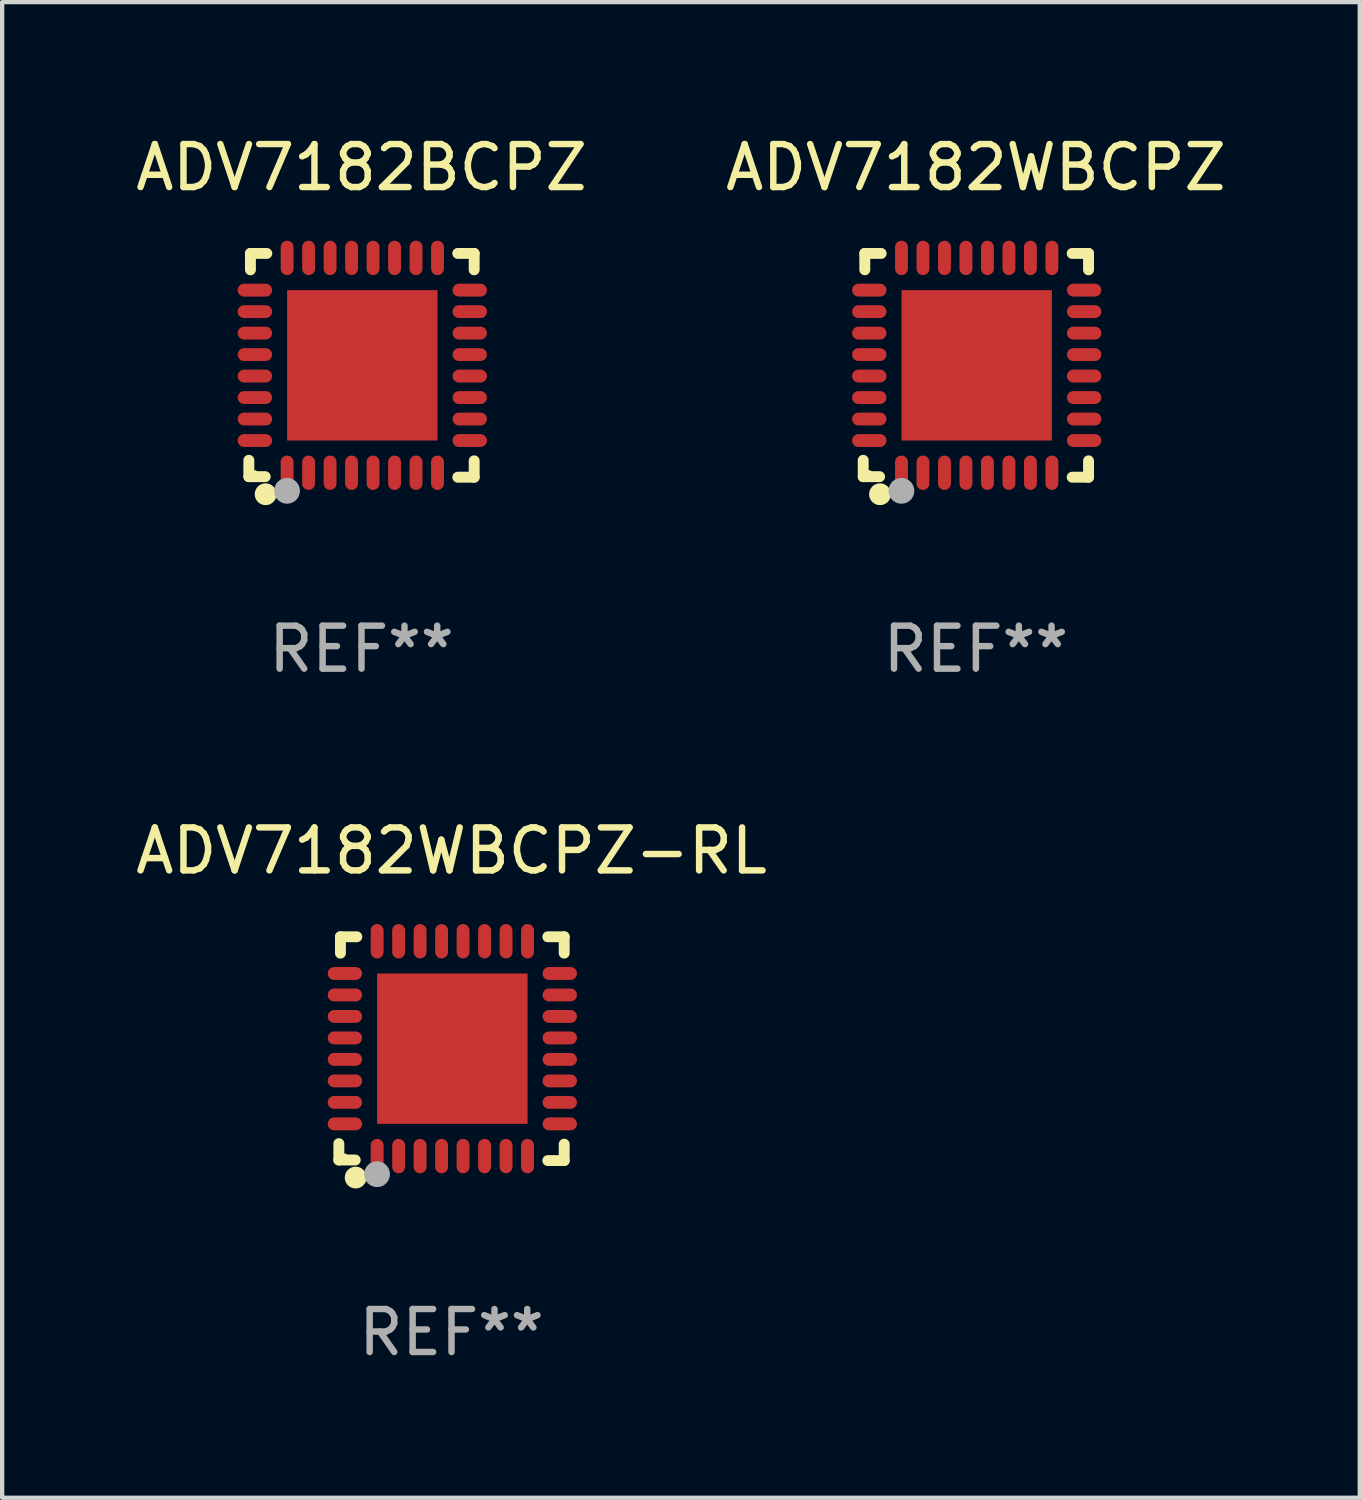
<source format=kicad_pcb>
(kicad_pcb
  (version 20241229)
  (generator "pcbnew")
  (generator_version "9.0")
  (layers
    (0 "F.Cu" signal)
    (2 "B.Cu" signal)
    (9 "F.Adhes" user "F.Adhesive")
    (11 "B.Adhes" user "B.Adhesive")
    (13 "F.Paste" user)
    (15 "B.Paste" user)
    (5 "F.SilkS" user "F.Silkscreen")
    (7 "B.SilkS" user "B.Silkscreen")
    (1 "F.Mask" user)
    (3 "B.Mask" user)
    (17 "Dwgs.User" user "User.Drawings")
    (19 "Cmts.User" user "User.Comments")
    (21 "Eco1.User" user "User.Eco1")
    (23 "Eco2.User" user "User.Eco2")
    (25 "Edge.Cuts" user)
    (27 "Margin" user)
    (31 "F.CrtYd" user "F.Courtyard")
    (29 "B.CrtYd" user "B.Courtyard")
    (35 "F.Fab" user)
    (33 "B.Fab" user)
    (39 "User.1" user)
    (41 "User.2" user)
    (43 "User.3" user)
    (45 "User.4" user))
  (footprint "ADV7182WBCPZ"
    (layer "F.Cu")
    (at 19.661 5.452)
    (property "Reference" "ADV7182WBCPZ" (at 0 -4.604 0) (layer "F.SilkS") (effects (font (size 1 1) (thickness 0.15))))
    (attr through_hole)
    (fp_line (start -2.622 2.21) (end -2.622 2.591) (stroke (width 0.254) (type solid)) (layer "F.SilkS"))
    (fp_line (start -2.622 2.591) (end -2.241 2.591) (stroke (width 0.254) (type solid)) (layer "F.SilkS"))
    (fp_line (start -2.585 -2.604) (end -2.585 -2.223) (stroke (width 0.254) (type solid)) (layer "F.SilkS"))
    (fp_line (start -2.204 -2.604) (end -2.585 -2.604) (stroke (width 0.254) (type solid)) (layer "F.SilkS"))
    (fp_line (start 2.241 2.604) (end 2.622 2.604) (stroke (width 0.254) (type solid)) (layer "F.SilkS"))
    (fp_line (start 2.622 -2.604) (end 2.241 -2.604) (stroke (width 0.254) (type solid)) (layer "F.SilkS"))
    (fp_line (start 2.622 -2.223) (end 2.622 -2.604) (stroke (width 0.254) (type solid)) (layer "F.SilkS"))
    (fp_line (start 2.622 2.604) (end 2.622 2.223) (stroke (width 0.254) (type solid)) (layer "F.SilkS"))
    (fp_circle (center -2.481 2.5) (end -2.451 2.5) (stroke (width 0.06) (type solid)) (fill no) (layer "F.SilkS"))
    (fp_circle (center -2.231 3) (end -2.104 3) (stroke (width 0.254) (type solid)) (fill no) (layer "F.SilkS"))
    (fp_circle (center -1.733 2.921) (end -1.583 2.921) (stroke (width 0.3) (type solid)) (fill no) (layer "F.Fab"))
    (fp_text user "REF**" (at 0 6.604 0) (layer "F.Fab") (effects (font (size 1 1) (thickness 0.15))))
    (pad "1" smd oval (at -1.731 2.5 90) (size 0.8 0.3) (layers "F.Cu" "F.Mask" "F.Paste"))
    (pad "2" smd oval (at -1.231 2.5 90) (size 0.8 0.3) (layers "F.Cu" "F.Mask" "F.Paste"))
    (pad "3" smd oval (at -0.731 2.5 90) (size 0.8 0.3) (layers "F.Cu" "F.Mask" "F.Paste"))
    (pad "4" smd oval (at -0.231 2.5 90) (size 0.8 0.3) (layers "F.Cu" "F.Mask" "F.Paste"))
    (pad "5" smd oval (at 0.269 2.5 90) (size 0.8 0.3) (layers "F.Cu" "F.Mask" "F.Paste"))
    (pad "6" smd oval (at 0.769 2.5 90) (size 0.8 0.3) (layers "F.Cu" "F.Mask" "F.Paste"))
    (pad "7" smd oval (at 1.269 2.5 90) (size 0.8 0.3) (layers "F.Cu" "F.Mask" "F.Paste"))
    (pad "8" smd oval (at 1.769 2.5 90) (size 0.8 0.3) (layers "F.Cu" "F.Mask" "F.Paste"))
    (pad "9" smd oval (at 2.519 1.75 180) (size 0.8 0.3) (layers "F.Cu" "F.Mask" "F.Paste"))
    (pad "10" smd oval (at 2.519 1.25 180) (size 0.8 0.3) (layers "F.Cu" "F.Mask" "F.Paste"))
    (pad "11" smd oval (at 2.519 0.75 180) (size 0.8 0.3) (layers "F.Cu" "F.Mask" "F.Paste"))
    (pad "12" smd oval (at 2.519 0.25 180) (size 0.8 0.3) (layers "F.Cu" "F.Mask" "F.Paste"))
    (pad "13" smd oval (at 2.519 -0.25 180) (size 0.8 0.3) (layers "F.Cu" "F.Mask" "F.Paste"))
    (pad "14" smd oval (at 2.519 -0.75 180) (size 0.8 0.3) (layers "F.Cu" "F.Mask" "F.Paste"))
    (pad "15" smd oval (at 2.519 -1.25 180) (size 0.8 0.3) (layers "F.Cu" "F.Mask" "F.Paste"))
    (pad "16" smd oval (at 2.519 -1.75 180) (size 0.8 0.3) (layers "F.Cu" "F.Mask" "F.Paste"))
    (pad "17" smd oval (at 1.769 -2.5 270) (size 0.8 0.3) (layers "F.Cu" "F.Mask" "F.Paste"))
    (pad "18" smd oval (at 1.269 -2.5 270) (size 0.8 0.3) (layers "F.Cu" "F.Mask" "F.Paste"))
    (pad "19" smd oval (at 0.769 -2.5 270) (size 0.8 0.3) (layers "F.Cu" "F.Mask" "F.Paste"))
    (pad "20" smd oval (at 0.269 -2.5 270) (size 0.8 0.3) (layers "F.Cu" "F.Mask" "F.Paste"))
    (pad "21" smd oval (at -0.231 -2.5 270) (size 0.8 0.3) (layers "F.Cu" "F.Mask" "F.Paste"))
    (pad "22" smd oval (at -0.731 -2.5 270) (size 0.8 0.3) (layers "F.Cu" "F.Mask" "F.Paste"))
    (pad "23" smd oval (at -1.231 -2.5 270) (size 0.8 0.3) (layers "F.Cu" "F.Mask" "F.Paste"))
    (pad "24" smd oval (at -1.731 -2.5 270) (size 0.8 0.3) (layers "F.Cu" "F.Mask" "F.Paste"))
    (pad "25" smd oval (at -2.481 -1.75) (size 0.8 0.3) (layers "F.Cu" "F.Mask" "F.Paste"))
    (pad "26" smd oval (at -2.481 -1.25) (size 0.8 0.3) (layers "F.Cu" "F.Mask" "F.Paste"))
    (pad "27" smd oval (at -2.481 -0.75) (size 0.8 0.3) (layers "F.Cu" "F.Mask" "F.Paste"))
    (pad "28" smd oval (at -2.481 -0.25) (size 0.8 0.3) (layers "F.Cu" "F.Mask" "F.Paste"))
    (pad "29" smd oval (at -2.481 0.25) (size 0.8 0.3) (layers "F.Cu" "F.Mask" "F.Paste"))
    (pad "30" smd oval (at -2.481 0.75) (size 0.8 0.3) (layers "F.Cu" "F.Mask" "F.Paste"))
    (pad "31" smd oval (at -2.481 1.25) (size 0.8 0.3) (layers "F.Cu" "F.Mask" "F.Paste"))
    (pad "32" smd oval (at -2.481 1.75) (size 0.8 0.3) (layers "F.Cu" "F.Mask" "F.Paste"))
    (pad "33" smd rect (at 0.019 -0.000025 90) (size 3.5 3.5) (layers "F.Cu" "F.Mask" "F.Paste")))
  (footprint "ADV7182WBCPZ-RL"
    (layer "F.Cu")
    (at 7.458 21.355)
    (property "Reference" "ADV7182WBCPZ-RL" (at 0 -4.604 0) (layer "F.SilkS") (effects (font (size 1 1) (thickness 0.15))))
    (attr through_hole)
    (fp_line (start -2.622 2.21) (end -2.622 2.591) (stroke (width 0.254) (type solid)) (layer "F.SilkS"))
    (fp_line (start -2.622 2.591) (end -2.241 2.591) (stroke (width 0.254) (type solid)) (layer "F.SilkS"))
    (fp_line (start -2.585 -2.604) (end -2.585 -2.223) (stroke (width 0.254) (type solid)) (layer "F.SilkS"))
    (fp_line (start -2.204 -2.604) (end -2.585 -2.604) (stroke (width 0.254) (type solid)) (layer "F.SilkS"))
    (fp_line (start 2.241 2.604) (end 2.622 2.604) (stroke (width 0.254) (type solid)) (layer "F.SilkS"))
    (fp_line (start 2.622 -2.604) (end 2.241 -2.604) (stroke (width 0.254) (type solid)) (layer "F.SilkS"))
    (fp_line (start 2.622 -2.223) (end 2.622 -2.604) (stroke (width 0.254) (type solid)) (layer "F.SilkS"))
    (fp_line (start 2.622 2.604) (end 2.622 2.223) (stroke (width 0.254) (type solid)) (layer "F.SilkS"))
    (fp_circle (center -2.481 2.5) (end -2.451 2.5) (stroke (width 0.06) (type solid)) (fill no) (layer "F.SilkS"))
    (fp_circle (center -2.231 3) (end -2.104 3) (stroke (width 0.254) (type solid)) (fill no) (layer "F.SilkS"))
    (fp_circle (center -1.733 2.921) (end -1.583 2.921) (stroke (width 0.3) (type solid)) (fill no) (layer "F.Fab"))
    (fp_text user "REF**" (at 0 6.604 0) (layer "F.Fab") (effects (font (size 1 1) (thickness 0.15))))
    (pad "1" smd oval (at -1.731 2.5 90) (size 0.8 0.3) (layers "F.Cu" "F.Mask" "F.Paste"))
    (pad "2" smd oval (at -1.231 2.5 90) (size 0.8 0.3) (layers "F.Cu" "F.Mask" "F.Paste"))
    (pad "3" smd oval (at -0.731 2.5 90) (size 0.8 0.3) (layers "F.Cu" "F.Mask" "F.Paste"))
    (pad "4" smd oval (at -0.231 2.5 90) (size 0.8 0.3) (layers "F.Cu" "F.Mask" "F.Paste"))
    (pad "5" smd oval (at 0.269 2.5 90) (size 0.8 0.3) (layers "F.Cu" "F.Mask" "F.Paste"))
    (pad "6" smd oval (at 0.769 2.5 90) (size 0.8 0.3) (layers "F.Cu" "F.Mask" "F.Paste"))
    (pad "7" smd oval (at 1.269 2.5 90) (size 0.8 0.3) (layers "F.Cu" "F.Mask" "F.Paste"))
    (pad "8" smd oval (at 1.769 2.5 90) (size 0.8 0.3) (layers "F.Cu" "F.Mask" "F.Paste"))
    (pad "9" smd oval (at 2.519 1.75 180) (size 0.8 0.3) (layers "F.Cu" "F.Mask" "F.Paste"))
    (pad "10" smd oval (at 2.519 1.25 180) (size 0.8 0.3) (layers "F.Cu" "F.Mask" "F.Paste"))
    (pad "11" smd oval (at 2.519 0.75 180) (size 0.8 0.3) (layers "F.Cu" "F.Mask" "F.Paste"))
    (pad "12" smd oval (at 2.519 0.25 180) (size 0.8 0.3) (layers "F.Cu" "F.Mask" "F.Paste"))
    (pad "13" smd oval (at 2.519 -0.25 180) (size 0.8 0.3) (layers "F.Cu" "F.Mask" "F.Paste"))
    (pad "14" smd oval (at 2.519 -0.75 180) (size 0.8 0.3) (layers "F.Cu" "F.Mask" "F.Paste"))
    (pad "15" smd oval (at 2.519 -1.25 180) (size 0.8 0.3) (layers "F.Cu" "F.Mask" "F.Paste"))
    (pad "16" smd oval (at 2.519 -1.75 180) (size 0.8 0.3) (layers "F.Cu" "F.Mask" "F.Paste"))
    (pad "17" smd oval (at 1.769 -2.5 270) (size 0.8 0.3) (layers "F.Cu" "F.Mask" "F.Paste"))
    (pad "18" smd oval (at 1.269 -2.5 270) (size 0.8 0.3) (layers "F.Cu" "F.Mask" "F.Paste"))
    (pad "19" smd oval (at 0.769 -2.5 270) (size 0.8 0.3) (layers "F.Cu" "F.Mask" "F.Paste"))
    (pad "20" smd oval (at 0.269 -2.5 270) (size 0.8 0.3) (layers "F.Cu" "F.Mask" "F.Paste"))
    (pad "21" smd oval (at -0.231 -2.5 270) (size 0.8 0.3) (layers "F.Cu" "F.Mask" "F.Paste"))
    (pad "22" smd oval (at -0.731 -2.5 270) (size 0.8 0.3) (layers "F.Cu" "F.Mask" "F.Paste"))
    (pad "23" smd oval (at -1.231 -2.5 270) (size 0.8 0.3) (layers "F.Cu" "F.Mask" "F.Paste"))
    (pad "24" smd oval (at -1.731 -2.5 270) (size 0.8 0.3) (layers "F.Cu" "F.Mask" "F.Paste"))
    (pad "25" smd oval (at -2.481 -1.75) (size 0.8 0.3) (layers "F.Cu" "F.Mask" "F.Paste"))
    (pad "26" smd oval (at -2.481 -1.25) (size 0.8 0.3) (layers "F.Cu" "F.Mask" "F.Paste"))
    (pad "27" smd oval (at -2.481 -0.75) (size 0.8 0.3) (layers "F.Cu" "F.Mask" "F.Paste"))
    (pad "28" smd oval (at -2.481 -0.25) (size 0.8 0.3) (layers "F.Cu" "F.Mask" "F.Paste"))
    (pad "29" smd oval (at -2.481 0.25) (size 0.8 0.3) (layers "F.Cu" "F.Mask" "F.Paste"))
    (pad "30" smd oval (at -2.481 0.75) (size 0.8 0.3) (layers "F.Cu" "F.Mask" "F.Paste"))
    (pad "31" smd oval (at -2.481 1.25) (size 0.8 0.3) (layers "F.Cu" "F.Mask" "F.Paste"))
    (pad "32" smd oval (at -2.481 1.75) (size 0.8 0.3) (layers "F.Cu" "F.Mask" "F.Paste"))
    (pad "33" smd rect (at 0.019 -0.000025 90) (size 3.5 3.5) (layers "F.Cu" "F.Mask" "F.Paste")))
  (footprint "ADV7182BCPZ"
    (layer "F.Cu")
    (at 5.363 5.452)
    (property "Reference" "ADV7182BCPZ" (at 0 -4.604 0) (layer "F.SilkS") (effects (font (size 1 1) (thickness 0.15))))
    (attr through_hole)
    (fp_line (start -2.622 2.21) (end -2.622 2.591) (stroke (width 0.254) (type solid)) (layer "F.SilkS"))
    (fp_line (start -2.622 2.591) (end -2.241 2.591) (stroke (width 0.254) (type solid)) (layer "F.SilkS"))
    (fp_line (start -2.585 -2.604) (end -2.585 -2.223) (stroke (width 0.254) (type solid)) (layer "F.SilkS"))
    (fp_line (start -2.204 -2.604) (end -2.585 -2.604) (stroke (width 0.254) (type solid)) (layer "F.SilkS"))
    (fp_line (start 2.241 2.604) (end 2.622 2.604) (stroke (width 0.254) (type solid)) (layer "F.SilkS"))
    (fp_line (start 2.622 -2.604) (end 2.241 -2.604) (stroke (width 0.254) (type solid)) (layer "F.SilkS"))
    (fp_line (start 2.622 -2.223) (end 2.622 -2.604) (stroke (width 0.254) (type solid)) (layer "F.SilkS"))
    (fp_line (start 2.622 2.604) (end 2.622 2.223) (stroke (width 0.254) (type solid)) (layer "F.SilkS"))
    (fp_circle (center -2.481 2.5) (end -2.451 2.5) (stroke (width 0.06) (type solid)) (fill no) (layer "F.SilkS"))
    (fp_circle (center -2.231 3) (end -2.104 3) (stroke (width 0.254) (type solid)) (fill no) (layer "F.SilkS"))
    (fp_circle (center -1.733 2.921) (end -1.583 2.921) (stroke (width 0.3) (type solid)) (fill no) (layer "F.Fab"))
    (fp_text user "REF**" (at 0 6.604 0) (layer "F.Fab") (effects (font (size 1 1) (thickness 0.15))))
    (pad "1" smd oval (at -1.731 2.5 90) (size 0.8 0.3) (layers "F.Cu" "F.Mask" "F.Paste"))
    (pad "2" smd oval (at -1.231 2.5 90) (size 0.8 0.3) (layers "F.Cu" "F.Mask" "F.Paste"))
    (pad "3" smd oval (at -0.731 2.5 90) (size 0.8 0.3) (layers "F.Cu" "F.Mask" "F.Paste"))
    (pad "4" smd oval (at -0.231 2.5 90) (size 0.8 0.3) (layers "F.Cu" "F.Mask" "F.Paste"))
    (pad "5" smd oval (at 0.269 2.5 90) (size 0.8 0.3) (layers "F.Cu" "F.Mask" "F.Paste"))
    (pad "6" smd oval (at 0.769 2.5 90) (size 0.8 0.3) (layers "F.Cu" "F.Mask" "F.Paste"))
    (pad "7" smd oval (at 1.269 2.5 90) (size 0.8 0.3) (layers "F.Cu" "F.Mask" "F.Paste"))
    (pad "8" smd oval (at 1.769 2.5 90) (size 0.8 0.3) (layers "F.Cu" "F.Mask" "F.Paste"))
    (pad "9" smd oval (at 2.519 1.75 180) (size 0.8 0.3) (layers "F.Cu" "F.Mask" "F.Paste"))
    (pad "10" smd oval (at 2.519 1.25 180) (size 0.8 0.3) (layers "F.Cu" "F.Mask" "F.Paste"))
    (pad "11" smd oval (at 2.519 0.75 180) (size 0.8 0.3) (layers "F.Cu" "F.Mask" "F.Paste"))
    (pad "12" smd oval (at 2.519 0.25 180) (size 0.8 0.3) (layers "F.Cu" "F.Mask" "F.Paste"))
    (pad "13" smd oval (at 2.519 -0.25 180) (size 0.8 0.3) (layers "F.Cu" "F.Mask" "F.Paste"))
    (pad "14" smd oval (at 2.519 -0.75 180) (size 0.8 0.3) (layers "F.Cu" "F.Mask" "F.Paste"))
    (pad "15" smd oval (at 2.519 -1.25 180) (size 0.8 0.3) (layers "F.Cu" "F.Mask" "F.Paste"))
    (pad "16" smd oval (at 2.519 -1.75 180) (size 0.8 0.3) (layers "F.Cu" "F.Mask" "F.Paste"))
    (pad "17" smd oval (at 1.769 -2.5 270) (size 0.8 0.3) (layers "F.Cu" "F.Mask" "F.Paste"))
    (pad "18" smd oval (at 1.269 -2.5 270) (size 0.8 0.3) (layers "F.Cu" "F.Mask" "F.Paste"))
    (pad "19" smd oval (at 0.769 -2.5 270) (size 0.8 0.3) (layers "F.Cu" "F.Mask" "F.Paste"))
    (pad "20" smd oval (at 0.269 -2.5 270) (size 0.8 0.3) (layers "F.Cu" "F.Mask" "F.Paste"))
    (pad "21" smd oval (at -0.231 -2.5 270) (size 0.8 0.3) (layers "F.Cu" "F.Mask" "F.Paste"))
    (pad "22" smd oval (at -0.731 -2.5 270) (size 0.8 0.3) (layers "F.Cu" "F.Mask" "F.Paste"))
    (pad "23" smd oval (at -1.231 -2.5 270) (size 0.8 0.3) (layers "F.Cu" "F.Mask" "F.Paste"))
    (pad "24" smd oval (at -1.731 -2.5 270) (size 0.8 0.3) (layers "F.Cu" "F.Mask" "F.Paste"))
    (pad "25" smd oval (at -2.481 -1.75) (size 0.8 0.3) (layers "F.Cu" "F.Mask" "F.Paste"))
    (pad "26" smd oval (at -2.481 -1.25) (size 0.8 0.3) (layers "F.Cu" "F.Mask" "F.Paste"))
    (pad "27" smd oval (at -2.481 -0.75) (size 0.8 0.3) (layers "F.Cu" "F.Mask" "F.Paste"))
    (pad "28" smd oval (at -2.481 -0.25) (size 0.8 0.3) (layers "F.Cu" "F.Mask" "F.Paste"))
    (pad "29" smd oval (at -2.481 0.25) (size 0.8 0.3) (layers "F.Cu" "F.Mask" "F.Paste"))
    (pad "30" smd oval (at -2.481 0.75) (size 0.8 0.3) (layers "F.Cu" "F.Mask" "F.Paste"))
    (pad "31" smd oval (at -2.481 1.25) (size 0.8 0.3) (layers "F.Cu" "F.Mask" "F.Paste"))
    (pad "32" smd oval (at -2.481 1.75) (size 0.8 0.3) (layers "F.Cu" "F.Mask" "F.Paste"))
    (pad "33" smd rect (at 0.019 -0.000025 90) (size 3.5 3.5) (layers "F.Cu" "F.Mask" "F.Paste")))
  (gr_rect
    (start -3 -3)
    (end 28.595 31.807)
    (stroke (width 0.1) (type default))
    (fill no)
    (layer "Edge.Cuts")))
</source>
